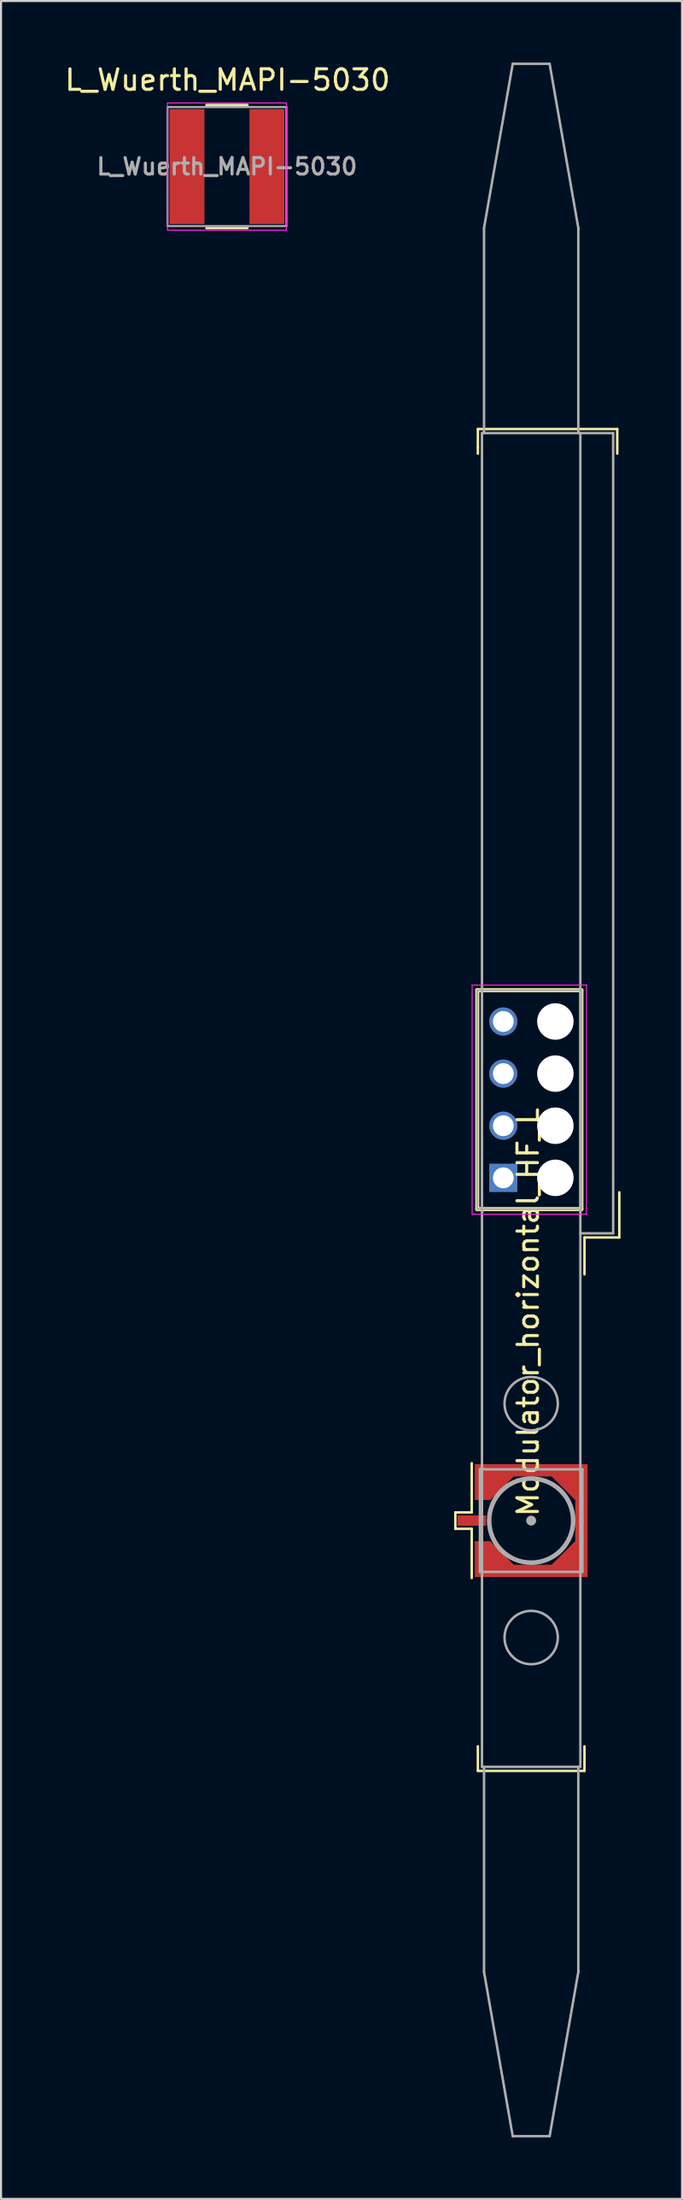
<source format=kicad_pcb>
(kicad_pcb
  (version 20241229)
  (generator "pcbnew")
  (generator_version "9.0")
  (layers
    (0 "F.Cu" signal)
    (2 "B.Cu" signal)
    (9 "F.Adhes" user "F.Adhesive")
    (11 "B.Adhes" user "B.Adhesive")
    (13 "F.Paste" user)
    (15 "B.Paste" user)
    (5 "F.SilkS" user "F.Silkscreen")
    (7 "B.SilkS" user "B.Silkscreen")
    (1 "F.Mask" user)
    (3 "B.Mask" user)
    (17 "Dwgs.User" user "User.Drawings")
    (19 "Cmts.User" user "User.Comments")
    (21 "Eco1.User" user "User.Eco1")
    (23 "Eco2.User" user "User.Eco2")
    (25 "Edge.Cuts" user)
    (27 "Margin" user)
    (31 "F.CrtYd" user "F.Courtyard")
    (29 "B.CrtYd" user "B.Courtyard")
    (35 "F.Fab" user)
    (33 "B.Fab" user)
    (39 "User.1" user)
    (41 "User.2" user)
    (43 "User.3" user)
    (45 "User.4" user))
  (footprint "L_Wuerth_MAPI-5030"
    (layer "F.Cu")
    (at 8.024 5.068)
    (property "Reference" "L_Wuerth_MAPI-5030" (at 0.03 -4.22 0) (layer "F.SilkS") (effects (font (size 1 1) (thickness 0.15))))
    (attr smd)
    (fp_line (start -1 -3) (end 1 -3) (stroke (width 0.12) (type solid)) (layer "F.SilkS"))
    (fp_line (start -1 3) (end 1 3) (stroke (width 0.12) (type solid)) (layer "F.SilkS"))
    (fp_line (start -2.9 -3.1) (end -2.9 3.1) (stroke (width 0.05) (type solid)) (layer "F.CrtYd"))
    (fp_line (start -2.9 3.1) (end 2.9 3.1) (stroke (width 0.05) (type solid)) (layer "F.CrtYd"))
    (fp_line (start 2.9 -3.1) (end -2.9 -3.1) (stroke (width 0.05) (type solid)) (layer "F.CrtYd"))
    (fp_line (start 2.9 3.1) (end 2.9 -3.1) (stroke (width 0.05) (type solid)) (layer "F.CrtYd"))
    (fp_line (start -2.9 -2.9) (end -2.9 2.9) (stroke (width 0.1) (type solid)) (layer "F.Fab"))
    (fp_line (start -2.9 2.9) (end 2.9 2.9) (stroke (width 0.1) (type solid)) (layer "F.Fab"))
    (fp_line (start 2.9 -2.9) (end -2.9 -2.9) (stroke (width 0.1) (type solid)) (layer "F.Fab"))
    (fp_line (start 2.9 2.9) (end 2.9 -2.9) (stroke (width 0.1) (type solid)) (layer "F.Fab"))
    (fp_text user "${REFERENCE}" (at 0 0 0) (layer "F.Fab") (effects (font (size 0.8 0.8) (thickness 0.15))))
    (pad "1" smd rect (at -1.95 0) (size 1.7 5.6) (layers "F.Cu" "F.Mask" "F.Paste"))
    (pad "2" smd rect (at 1.95 0) (size 1.7 5.6) (layers "F.Cu" "F.Mask" "F.Paste")))
  (footprint "Modulator_horizontal_HF_L"
    (layer "F.Cu")
    (at 20.467 18.06)
    (property "Reference" "Modulator_horizontal_HF_L" (at 2.25 42.84 90) (layer "F.SilkS") (effects (font (size 1 1) (thickness 0.15))))
    (attr through_hole)
    (fp_poly (pts (xy -0.35 55.75) (xy -0.35 54) (xy 0.4 54) (xy 1.55 55.15) (xy 3.4 55.15) (xy 4.55 54) (xy 4.55 52) (xy 3.4 50.85) (xy 1.55 50.85) (xy 0.4 52) (xy -0.35 52) (xy -0.35 50.25) (xy 5.15 50.25) (xy 5.15 55.75)) (stroke (width 0.1) (type solid)) (fill yes) (layer "F.Mask"))
    (fp_line (start -1.3 52.6) (end -1.3 53.35) (stroke (width 0.12) (type solid)) (layer "F.SilkS"))
    (fp_line (start -1.3 53.35) (end -1.3 53.4) (stroke (width 0.12) (type solid)) (layer "F.SilkS"))
    (fp_line (start -1.3 53.4) (end -0.5 53.4) (stroke (width 0.12) (type solid)) (layer "F.SilkS"))
    (fp_line (start -0.5 50.3) (end -0.5 50.2) (stroke (width 0.12) (type solid)) (layer "F.SilkS"))
    (fp_line (start -0.5 52.6) (end -1.3 52.6) (stroke (width 0.12) (type solid)) (layer "F.SilkS"))
    (fp_line (start -0.5 52.6) (end -0.5 50.3) (stroke (width 0.12) (type solid)) (layer "F.SilkS"))
    (fp_line (start -0.5 53.4) (end -0.5 55.8) (stroke (width 0.12) (type solid)) (layer "F.SilkS"))
    (fp_line (start -0.23 27.15) (end -0.23 37.82) (stroke (width 0.2) (type solid)) (layer "F.SilkS"))
    (fp_line (start -0.23 37.82) (end 4.85 37.82) (stroke (width 0.2) (type solid)) (layer "F.SilkS"))
    (fp_line (start -0.2 -0.2) (end -0.2 0.7) (stroke (width 0.12) (type solid)) (layer "F.SilkS"))
    (fp_line (start -0.2 0.7) (end -0.2 1) (stroke (width 0.12) (type solid)) (layer "F.SilkS"))
    (fp_line (start -0.2 64) (end -0.2 65.2) (stroke (width 0.12) (type solid)) (layer "F.SilkS"))
    (fp_line (start -0.2 65.2) (end 5 65.2) (stroke (width 0.12) (type solid)) (layer "F.SilkS"))
    (fp_line (start 4.85 27.15) (end -0.23 27.15) (stroke (width 0.2) (type solid)) (layer "F.SilkS"))
    (fp_line (start 4.85 37.82) (end 4.85 27.15) (stroke (width 0.2) (type solid)) (layer "F.SilkS"))
    (fp_line (start 5 39.2) (end 5 41) (stroke (width 0.12) (type solid)) (layer "F.SilkS"))
    (fp_line (start 5 65.2) (end 5 64) (stroke (width 0.12) (type solid)) (layer "F.SilkS"))
    (fp_line (start 6.6 -0.2) (end -0.2 -0.2) (stroke (width 0.12) (type solid)) (layer "F.SilkS"))
    (fp_line (start 6.6 -0.2) (end 6.6 1) (stroke (width 0.12) (type solid)) (layer "F.SilkS"))
    (fp_line (start 6.7 37) (end 6.7 39.2) (stroke (width 0.12) (type solid)) (layer "F.SilkS"))
    (fp_line (start 6.7 39.2) (end 5 39.2) (stroke (width 0.12) (type solid)) (layer "F.SilkS"))
    (fp_poly (pts (xy -0.35 55.75) (xy -0.35 54) (xy 0.4 54) (xy 1.55 55.15) (xy 3.4 55.15) (xy 4.55 54) (xy 4.55 52) (xy 3.4 50.85) (xy 1.55 50.85) (xy 0.4 52) (xy -0.35 52) (xy -0.35 50.25) (xy 5.15 50.25) (xy 5.15 55.75)) (stroke (width 0.1) (type solid)) (fill yes) (layer "F.Paste"))
    (fp_line (start -0.48 26.9) (end -0.48 38.07) (stroke (width 0.05) (type solid)) (layer "F.CrtYd"))
    (fp_line (start -0.48 38.07) (end 5.1 38.07) (stroke (width 0.05) (type solid)) (layer "F.CrtYd"))
    (fp_line (start 5.1 26.9) (end -0.48 26.9) (stroke (width 0.05) (type solid)) (layer "F.CrtYd"))
    (fp_line (start 5.1 38.07) (end 5.1 26.9) (stroke (width 0.05) (type solid)) (layer "F.CrtYd"))
    (fp_line (start -0.23 27.15) (end 4.85 27.15) (stroke (width 0.1) (type solid)) (layer "F.Fab"))
    (fp_line (start -0.23 37.82) (end -0.23 27.15) (stroke (width 0.1) (type solid)) (layer "F.Fab"))
    (fp_line (start -0.1 50.5) (end -0.1 55.5) (stroke (width 0.12) (type solid)) (layer "F.Fab"))
    (fp_line (start -0.1 55.5) (end 4.9 55.5) (stroke (width 0.12) (type solid)) (layer "F.Fab"))
    (fp_line (start 0 0) (end 4.8 0) (stroke (width 0.12) (type solid)) (layer "F.Fab"))
    (fp_line (start 0 65) (end 0 0) (stroke (width 0.12) (type solid)) (layer "F.Fab"))
    (fp_line (start 0.1 -10) (end 1.5 -18) (stroke (width 0.12) (type solid)) (layer "F.Fab"))
    (fp_line (start 0.1 0) (end 0.1 -10) (stroke (width 0.12) (type solid)) (layer "F.Fab"))
    (fp_line (start 0.1 75) (end 0.1 65) (stroke (width 0.12) (type solid)) (layer "F.Fab"))
    (fp_line (start 1.5 -18) (end 3.3 -18) (stroke (width 0.12) (type solid)) (layer "F.Fab"))
    (fp_line (start 1.5 83) (end 0.1 75) (stroke (width 0.12) (type solid)) (layer "F.Fab"))
    (fp_line (start 3.3 -18) (end 4.7 -10) (stroke (width 0.12) (type solid)) (layer "F.Fab"))
    (fp_line (start 3.3 83) (end 1.5 83) (stroke (width 0.12) (type solid)) (layer "F.Fab"))
    (fp_line (start 4.7 -10) (end 4.7 0) (stroke (width 0.12) (type solid)) (layer "F.Fab"))
    (fp_line (start 4.7 65) (end 4.7 75) (stroke (width 0.12) (type solid)) (layer "F.Fab"))
    (fp_line (start 4.7 75) (end 3.3 83) (stroke (width 0.12) (type solid)) (layer "F.Fab"))
    (fp_line (start 4.8 0) (end 4.8 65) (stroke (width 0.12) (type solid)) (layer "F.Fab"))
    (fp_line (start 4.8 0) (end 6.4 0) (stroke (width 0.12) (type solid)) (layer "F.Fab"))
    (fp_line (start 4.8 65) (end 0 65) (stroke (width 0.12) (type solid)) (layer "F.Fab"))
    (fp_line (start 4.85 27.15) (end 4.85 37.82) (stroke (width 0.1) (type solid)) (layer "F.Fab"))
    (fp_line (start 4.85 37.82) (end -0.23 37.82) (stroke (width 0.1) (type solid)) (layer "F.Fab"))
    (fp_line (start 4.9 50.5) (end -0.1 50.5) (stroke (width 0.12) (type solid)) (layer "F.Fab"))
    (fp_line (start 4.9 53) (end 4.9 50.5) (stroke (width 0.12) (type solid)) (layer "F.Fab"))
    (fp_line (start 4.9 55.5) (end 4.9 53) (stroke (width 0.12) (type solid)) (layer "F.Fab"))
    (fp_line (start 6.4 0) (end 6.4 39) (stroke (width 0.12) (type solid)) (layer "F.Fab"))
    (fp_line (start 6.4 39) (end 4.8 39) (stroke (width 0.12) (type solid)) (layer "F.Fab"))
    (fp_circle (center 2.4 47.3) (end 2.4 46) (stroke (width 0.12) (type solid)) (fill no) (layer "F.Fab"))
    (fp_circle (center 2.4 53) (end 2.4 51) (stroke (width 0.12) (type solid)) (fill no) (layer "F.Fab"))
    (fp_circle (center 2.4 53) (end 2.4 55.1) (stroke (width 0.12) (type solid)) (fill no) (layer "F.Fab"))
    (fp_circle (center 2.4 53) (end 2.41 53) (stroke (width 0.12) (type solid)) (fill no) (layer "F.Fab"))
    (fp_circle (center 2.4 53) (end 2.5 53) (stroke (width 0.12) (type solid)) (fill no) (layer "F.Fab"))
    (fp_circle (center 2.4 53) (end 2.58 53.02) (stroke (width 0.12) (type solid)) (fill no) (layer "F.Fab"))
    (fp_circle (center 2.4 58.7) (end 2.4 57.4) (stroke (width 0.12) (type solid)) (fill no) (layer "F.Fab"))
    (pad "" np_thru_hole circle (at 3.58 28.675 270) (size 1.778 1.778) (drill 1.778) (layers "*.Cu" "*.Mask"))
    (pad "" np_thru_hole circle (at 3.58 31.215 270) (size 1.778 1.778) (drill 1.778) (layers "*.Cu" "*.Mask"))
    (pad "" np_thru_hole circle (at 3.58 33.755 270) (size 1.778 1.778) (drill 1.778) (layers "*.Cu" "*.Mask"))
    (pad "" np_thru_hole circle (at 3.58 36.295 270) (size 1.778 1.778) (drill 1.778) (layers "*.Cu" "*.Mask"))
    (pad "1" thru_hole rect (at 1.04 36.295 270) (size 1.366 1.366) (drill 1.016) (layers "*.Cu" "*.Mask"))
    (pad "2" thru_hole circle (at 1.04 33.755 270) (size 1.366 1.366) (drill 1.016) (layers "*.Cu" "*.Mask"))
    (pad "3" thru_hole circle (at 1.04 31.215 270) (size 1.366 1.366) (drill 1.016) (layers "*.Cu" "*.Mask"))
    (pad "4" thru_hole circle (at 1.04 28.675 270) (size 1.366 1.366) (drill 1.016) (layers "*.Cu" "*.Mask"))
    (pad "5" smd rect (at -0.5 53 270) (size 0.5 1.4) (layers "F.Cu" "F.Mask" "F.Paste"))
    (pad "6" smd custom (at 0.4 50.75) (size 0.5 0.5) (layers "F.Cu" "F.Mask" "F.Paste") (options (anchor rect)) (primitives (gr_poly (pts (xy -0.75 5) (xy -0.75 3.25) (xy 0 3.25) (xy 1.15 4.4) (xy 3 4.4) (xy 4.15 3.25) (xy 4.15 1.25) (xy 3 0.1) (xy 1.15 0.1) (xy 0 1.25) (xy -0.75 1.25) (xy -0.75 -0.5) (xy 4.75 -0.5) (xy 4.75 5)) (width 0) (fill yes)))))
  (gr_rect
    (start -3 -3)
    (end 30.227 104.12)
    (stroke (width 0.1) (type default))
    (fill no)
    (layer "Edge.Cuts")))
</source>
